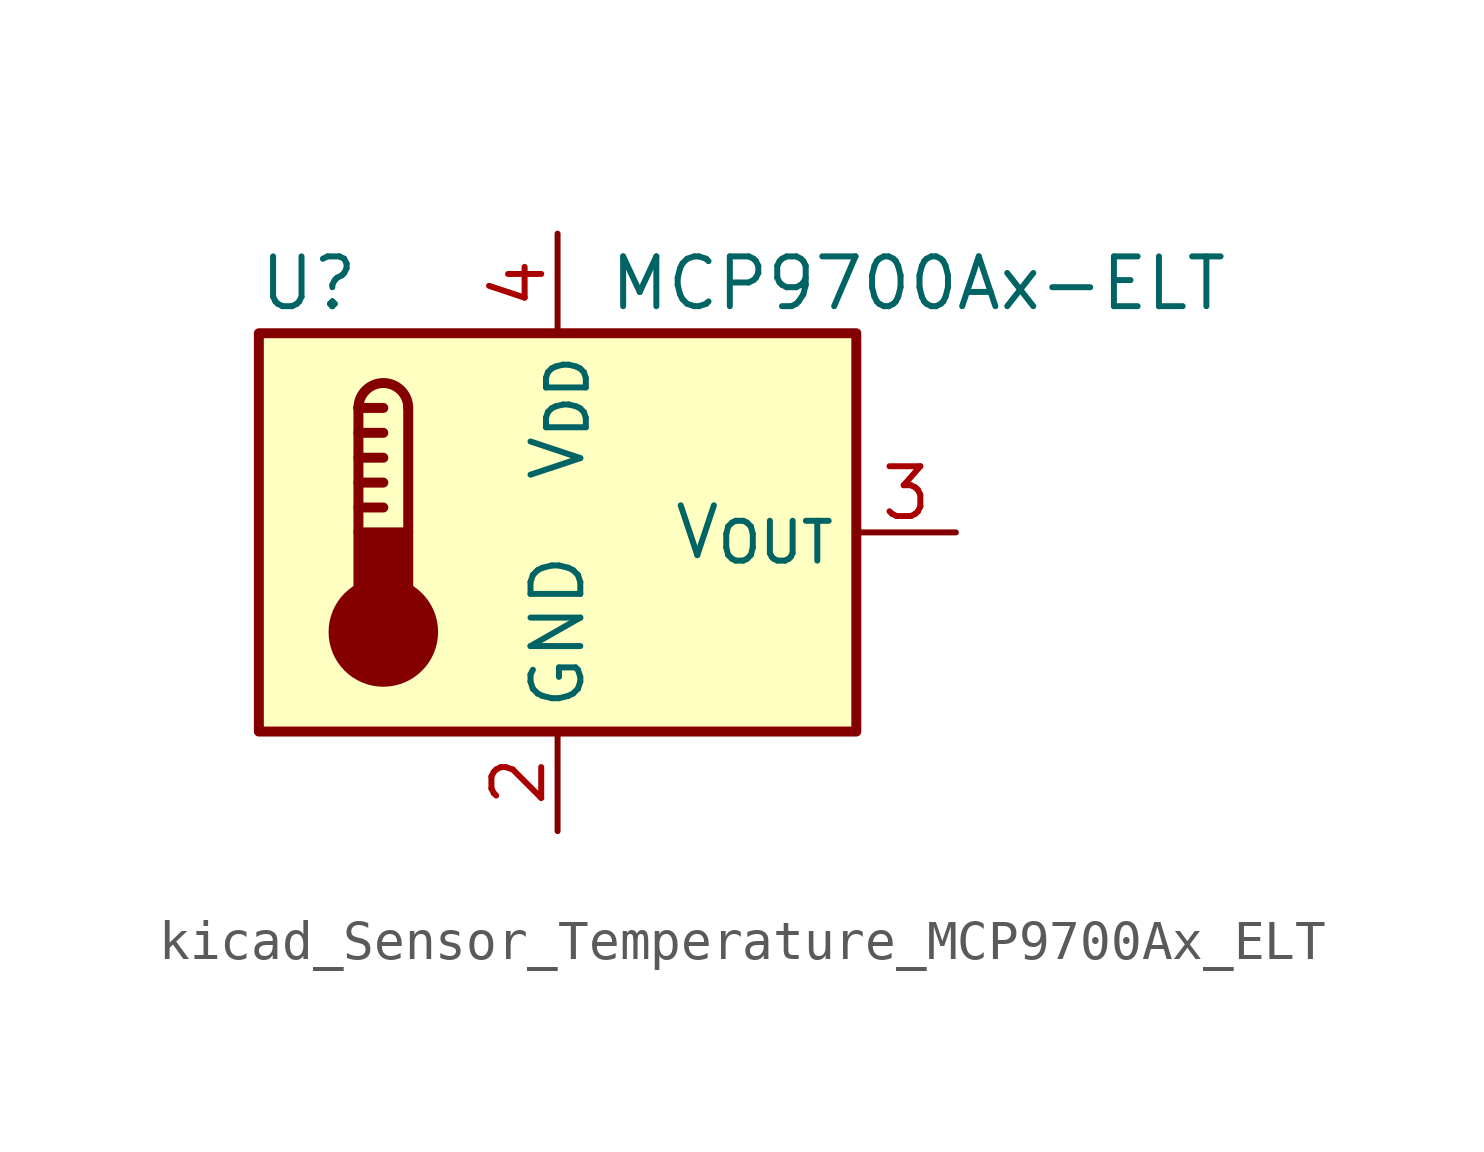
<source format=kicad_sym>
(kicad_symbol_lib
  (version 20220914)
  (generator kicad_symbol_editor)
  (symbol "kicad_Sensor_Temperature_MCP9700Ax_ELT"
    (property "Reference" "U"
      (at -6.35 6.35 0)
      (effects (font (size 1.27 1.27))))
    (property "Value" "MCP9700Ax-ELT"
      (at 1.27 6.35 0)
      (effects (font (size 1.27 1.27)) (justify left)))
    (symbol "kicad_Sensor_Temperature_MCP9700Ax_ELT_0_1"
      (rectangle (start -7.62 5.08) (end 7.62 -5.08) (stroke (width 0.254) (type default)) (fill (type background)))
      (circle (center -4.445 -2.54) (radius 1.27) (stroke (width 0.254) (type default)) (fill (type outline)))
      (rectangle (start -3.81 -1.905) (end -5.08 0) (stroke (width 0.254) (type default)) (fill (type outline)))
      (arc (start -3.81 3.175) (mid -4.445 3.8073) (end -5.08 3.175) (stroke (width 0.254) (type default)) (fill (type none)))
      (polyline (pts (xy -5.08 0.635) (xy -4.445 0.635)) (stroke (width 0.254) (type default)) (fill (type none)))
      (polyline (pts (xy -5.08 1.27) (xy -4.445 1.27)) (stroke (width 0.254) (type default)) (fill (type none)))
      (polyline (pts (xy -5.08 1.905) (xy -4.445 1.905)) (stroke (width 0.254) (type default)) (fill (type none)))
      (polyline (pts (xy -5.08 2.54) (xy -4.445 2.54)) (stroke (width 0.254) (type default)) (fill (type none)))
      (polyline (pts (xy -5.08 3.175) (xy -5.08 0)) (stroke (width 0.254) (type default)) (fill (type none)))
      (polyline (pts (xy -5.08 3.175) (xy -4.445 3.175)) (stroke (width 0.254) (type default)) (fill (type none)))
      (polyline (pts (xy -3.81 3.175) (xy -3.81 0)) (stroke (width 0.254) (type default)) (fill (type none))))
    (symbol "kicad_Sensor_Temperature_MCP9700Ax_ELT_1_1"
      (pin no_connect line (at 7.62 -2.54 180) (length 2.54) hide (name "NC" (effects (font (size 1.27 1.27)))) (number "1" (effects (font (size 1.27 1.27)))))
      (pin power_in line (at 0 -7.62 90) (length 2.54) (name "GND" (effects (font (size 1.27 1.27)))) (number "2" (effects (font (size 1.27 1.27)))))
      (pin output line (at 10.16 0 180) (length 2.54) (name "V_{OUT}" (effects (font (size 1.27 1.27)))) (number "3" (effects (font (size 1.27 1.27)))))
      (pin power_in line (at 0 7.62 270) (length 2.54) (name "V_{DD}" (effects (font (size 1.27 1.27)))) (number "4" (effects (font (size 1.27 1.27)))))
      (pin no_connect line (at 7.62 2.54 180) (length 2.54) hide (name "NC" (effects (font (size 1.27 1.27)))) (number "5" (effects (font (size 1.27 1.27))))))))
</source>
